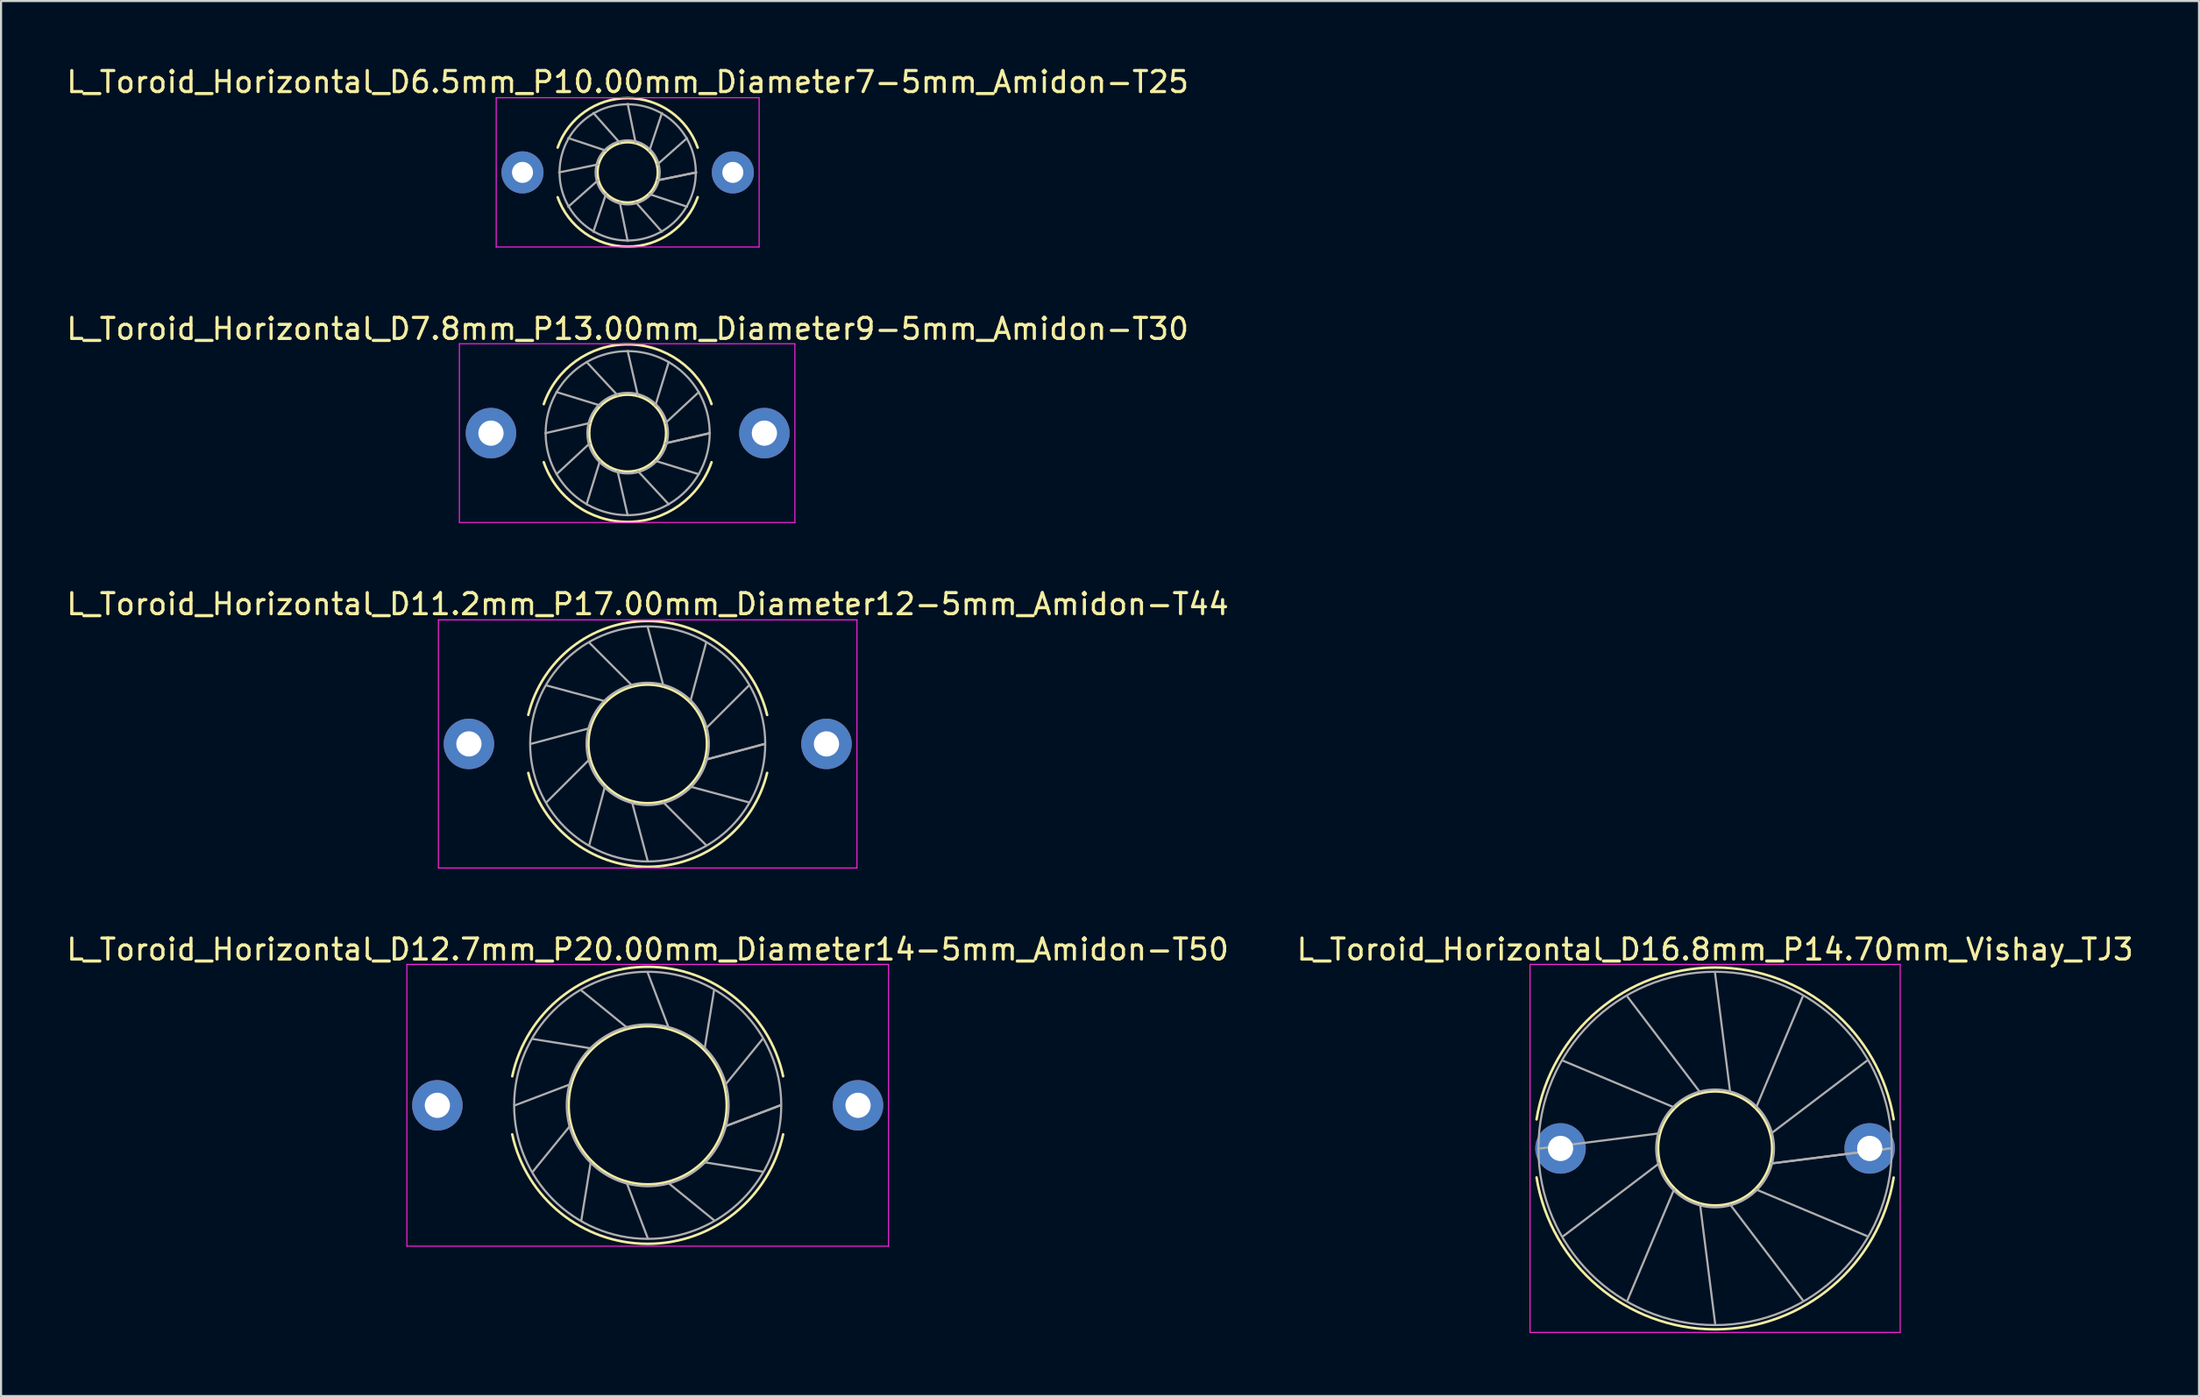
<source format=kicad_pcb>
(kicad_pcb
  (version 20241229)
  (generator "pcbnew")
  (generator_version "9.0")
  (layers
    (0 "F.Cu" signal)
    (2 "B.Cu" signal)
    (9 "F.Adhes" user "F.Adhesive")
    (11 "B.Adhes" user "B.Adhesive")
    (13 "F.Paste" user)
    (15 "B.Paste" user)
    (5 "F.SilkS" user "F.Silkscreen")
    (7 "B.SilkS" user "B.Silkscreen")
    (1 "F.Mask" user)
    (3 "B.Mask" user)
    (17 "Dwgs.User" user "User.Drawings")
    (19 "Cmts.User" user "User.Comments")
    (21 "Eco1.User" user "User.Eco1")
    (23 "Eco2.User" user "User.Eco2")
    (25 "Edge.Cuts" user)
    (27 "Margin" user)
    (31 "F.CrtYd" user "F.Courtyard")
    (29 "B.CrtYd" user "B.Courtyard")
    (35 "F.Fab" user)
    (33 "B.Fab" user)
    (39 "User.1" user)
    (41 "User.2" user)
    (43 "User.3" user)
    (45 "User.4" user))
  (footprint "L_Toroid_Horizontal_D12.7mm_P20.00mm_Diameter14-5mm_Amidon-T50"
    (layer "F.Cu")
    (at 17.744 49.506)
    (property "Reference" "L_Toroid_Horizontal_D12.7mm_P20.00mm_Diameter14-5mm_Amidon-T50" (at 10 -7.41 0) (layer "F.SilkS") (effects (font (size 1 1) (thickness 0.15))))
    (attr through_hole)
    (fp_arc (start 3.56 -1.38) (mid 9.999397 -6.586198) (end 16.439747 -1.381179) (stroke (width 0.12) (type solid)) (layer "F.SilkS"))
    (fp_arc (start 16.439747 1.381179) (mid 9.999397 6.586197) (end 3.56 1.38) (stroke (width 0.12) (type solid)) (layer "F.SilkS"))
    (fp_circle (center 10 0) (end 13.758 0) (stroke (width 0.12) (type solid)) (fill no) (layer "F.SilkS"))
    (fp_line (start -1.45 -6.7) (end -1.45 6.7) (stroke (width 0.05) (type solid)) (layer "F.CrtYd"))
    (fp_line (start -1.45 6.7) (end 21.45 6.7) (stroke (width 0.05) (type solid)) (layer "F.CrtYd"))
    (fp_line (start 21.45 -6.7) (end -1.45 -6.7) (stroke (width 0.05) (type solid)) (layer "F.CrtYd"))
    (fp_line (start 21.45 6.7) (end 21.45 -6.7) (stroke (width 0.05) (type solid)) (layer "F.CrtYd"))
    (fp_line (start 3.689 0.001) (end 6.297 -0.992) (stroke (width 0.1) (type solid)) (layer "F.Fab"))
    (fp_line (start 4.534 -3.155) (end 7.289 -2.71) (stroke (width 0.1) (type solid)) (layer "F.Fab"))
    (fp_line (start 4.535 3.156) (end 6.297 0.992) (stroke (width 0.1) (type solid)) (layer "F.Fab"))
    (fp_line (start 6.844 -5.465) (end 9.007 -3.703) (stroke (width 0.1) (type solid)) (layer "F.Fab"))
    (fp_line (start 6.845 5.466) (end 7.29 2.711) (stroke (width 0.1) (type solid)) (layer "F.Fab"))
    (fp_line (start 9.999 -6.311) (end 10.992 -3.703) (stroke (width 0.1) (type solid)) (layer "F.Fab"))
    (fp_line (start 10 6.311) (end 9.008 3.703) (stroke (width 0.1) (type solid)) (layer "F.Fab"))
    (fp_line (start 13.155 -5.466) (end 12.71 -2.711) (stroke (width 0.1) (type solid)) (layer "F.Fab"))
    (fp_line (start 13.156 5.466) (end 10.992 3.703) (stroke (width 0.1) (type solid)) (layer "F.Fab"))
    (fp_line (start 15.465 -3.157) (end 13.702 -0.993) (stroke (width 0.1) (type solid)) (layer "F.Fab"))
    (fp_line (start 15.466 3.156) (end 12.711 2.71) (stroke (width 0.1) (type solid)) (layer "F.Fab"))
    (fp_line (start 16.311 -0.001) (end 13.703 0.991) (stroke (width 0.1) (type solid)) (layer "F.Fab"))
    (fp_line (start 16.311 0) (end 13.703 0.992) (stroke (width 0.1) (type solid)) (layer "F.Fab"))
    (fp_circle (center 10 0) (end 13.848 0) (stroke (width 0.1) (type solid)) (fill no) (layer "F.Fab"))
    (fp_circle (center 10 0) (end 16.35 0) (stroke (width 0.1) (type solid)) (fill no) (layer "F.Fab"))
    (pad "1" thru_hole circle (at 0 0) (size 2.4 2.4) (drill 1.2) (layers "*.Cu" "*.Mask"))
    (pad "2" thru_hole circle (at 20 0) (size 2.4 2.4) (drill 1.2) (layers "*.Cu" "*.Mask")))
  (footprint "L_Toroid_Horizontal_D6.5mm_P10.00mm_Diameter7-5mm_Amidon-T25"
    (layer "F.Cu")
    (at 21.792 5.147)
    (property "Reference" "L_Toroid_Horizontal_D6.5mm_P10.00mm_Diameter7-5mm_Amidon-T25" (at 5 -4.298 0) (layer "F.SilkS") (effects (font (size 1 1) (thickness 0.15))))
    (attr through_hole)
    (fp_arc (start 1.6715 -1.18) (mid 5.001241 -3.531474) (end 8.329328 -1.177661) (stroke (width 0.12) (type solid)) (layer "F.SilkS"))
    (fp_arc (start 8.329328 1.177661) (mid 5.001241 3.531474) (end 1.6715 1.18) (stroke (width 0.12) (type solid)) (layer "F.SilkS"))
    (fp_circle (center 5 0) (end 6.434 0) (stroke (width 0.12) (type solid)) (fill no) (layer "F.SilkS"))
    (fp_line (start -1.25 -3.55) (end -1.25 3.55) (stroke (width 0.05) (type solid)) (layer "F.CrtYd"))
    (fp_line (start -1.25 3.55) (end 11.25 3.55) (stroke (width 0.05) (type solid)) (layer "F.CrtYd"))
    (fp_line (start 11.25 -3.55) (end -1.25 -3.55) (stroke (width 0.05) (type solid)) (layer "F.CrtYd"))
    (fp_line (start 11.25 3.55) (end 11.25 -3.55) (stroke (width 0.05) (type solid)) (layer "F.CrtYd"))
    (fp_line (start 1.738 0.000302) (end 3.587 -0.378) (stroke (width 0.1) (type solid)) (layer "F.Fab"))
    (fp_line (start 2.175 -1.631) (end 3.966 -1.034) (stroke (width 0.1) (type solid)) (layer "F.Fab"))
    (fp_line (start 2.175 1.631) (end 3.587 0.379) (stroke (width 0.1) (type solid)) (layer "F.Fab"))
    (fp_line (start 3.369 -2.825) (end 4.621 -1.413) (stroke (width 0.1) (type solid)) (layer "F.Fab"))
    (fp_line (start 3.369 2.825) (end 3.966 1.034) (stroke (width 0.1) (type solid)) (layer "F.Fab"))
    (fp_line (start 5 -3.262) (end 5.378 -1.413) (stroke (width 0.1) (type solid)) (layer "F.Fab"))
    (fp_line (start 5 3.262) (end 4.622 1.413) (stroke (width 0.1) (type solid)) (layer "F.Fab"))
    (fp_line (start 6.631 -2.825) (end 6.034 -1.034) (stroke (width 0.1) (type solid)) (layer "F.Fab"))
    (fp_line (start 6.631 2.825) (end 5.379 1.413) (stroke (width 0.1) (type solid)) (layer "F.Fab"))
    (fp_line (start 7.825 -1.631) (end 6.413 -0.379) (stroke (width 0.1) (type solid)) (layer "F.Fab"))
    (fp_line (start 7.825 1.631) (end 6.034 1.034) (stroke (width 0.1) (type solid)) (layer "F.Fab"))
    (fp_line (start 8.262 -0.001) (end 6.413 0.378) (stroke (width 0.1) (type solid)) (layer "F.Fab"))
    (fp_line (start 8.262 0) (end 6.413 0.379) (stroke (width 0.1) (type solid)) (layer "F.Fab"))
    (fp_circle (center 5 0) (end 6.524 0) (stroke (width 0.1) (type solid)) (fill no) (layer "F.Fab"))
    (fp_circle (center 5 0) (end 8.239 0) (stroke (width 0.1) (type solid)) (fill no) (layer "F.Fab"))
    (pad "1" thru_hole circle (at 0 0) (size 2 2) (drill 1) (layers "*.Cu" "*.Mask"))
    (pad "2" thru_hole circle (at 10 0) (size 2 2) (drill 1) (layers "*.Cu" "*.Mask")))
  (footprint "L_Toroid_Horizontal_D16.8mm_P14.70mm_Vishay_TJ3"
    (layer "F.Cu")
    (at 71.144 51.556)
    (property "Reference" "L_Toroid_Horizontal_D16.8mm_P14.70mm_Vishay_TJ3" (at 7.35 -9.46 0) (layer "F.SilkS") (effects (font (size 1 1) (thickness 0.15))))
    (attr through_hole)
    (fp_arc (start -1.14 -1.38) (mid 7.347351 -8.601424) (end 15.839148 -1.38523) (stroke (width 0.12) (type solid)) (layer "F.SilkS"))
    (fp_arc (start 15.839148 1.38523) (mid 7.347351 8.601424) (end -1.14 1.38) (stroke (width 0.12) (type solid)) (layer "F.SilkS"))
    (fp_circle (center 7.35 0) (end 10.06 0) (stroke (width 0.12) (type solid)) (fill no) (layer "F.SilkS"))
    (fp_line (start -1.45 -8.75) (end -1.45 8.75) (stroke (width 0.05) (type solid)) (layer "F.CrtYd"))
    (fp_line (start -1.45 8.75) (end 16.15 8.75) (stroke (width 0.05) (type solid)) (layer "F.CrtYd"))
    (fp_line (start 16.15 -8.75) (end -1.45 -8.75) (stroke (width 0.05) (type solid)) (layer "F.CrtYd"))
    (fp_line (start 16.15 8.75) (end 16.15 -8.75) (stroke (width 0.05) (type solid)) (layer "F.CrtYd"))
    (fp_line (start -0.97 0.001) (end 4.68 -0.715) (stroke (width 0.1) (type solid)) (layer "F.Fab"))
    (fp_line (start 0.144 -4.159) (end 5.395 -1.954) (stroke (width 0.1) (type solid)) (layer "F.Fab"))
    (fp_line (start 0.145 4.161) (end 4.68 0.716) (stroke (width 0.1) (type solid)) (layer "F.Fab"))
    (fp_line (start 3.189 -7.205) (end 6.634 -2.67) (stroke (width 0.1) (type solid)) (layer "F.Fab"))
    (fp_line (start 3.19 7.206) (end 5.396 1.955) (stroke (width 0.1) (type solid)) (layer "F.Fab"))
    (fp_line (start 7.349 -8.32) (end 8.065 -2.67) (stroke (width 0.1) (type solid)) (layer "F.Fab"))
    (fp_line (start 7.35 8.32) (end 6.635 2.67) (stroke (width 0.1) (type solid)) (layer "F.Fab"))
    (fp_line (start 11.509 -7.206) (end 9.304 -1.955) (stroke (width 0.1) (type solid)) (layer "F.Fab"))
    (fp_line (start 11.51 7.205) (end 8.066 2.67) (stroke (width 0.1) (type solid)) (layer "F.Fab"))
    (fp_line (start 14.555 -4.161) (end 10.02 -0.716) (stroke (width 0.1) (type solid)) (layer "F.Fab"))
    (fp_line (start 14.556 4.16) (end 9.305 1.955) (stroke (width 0.1) (type solid)) (layer "F.Fab"))
    (fp_line (start 15.67 -0.002) (end 10.02 0.715) (stroke (width 0.1) (type solid)) (layer "F.Fab"))
    (fp_line (start 15.67 0) (end 10.02 0.715) (stroke (width 0.1) (type solid)) (layer "F.Fab"))
    (fp_circle (center 7.35 0) (end 10.15 0) (stroke (width 0.1) (type solid)) (fill no) (layer "F.Fab"))
    (fp_circle (center 7.35 0) (end 15.75 0) (stroke (width 0.1) (type solid)) (fill no) (layer "F.Fab"))
    (pad "1" thru_hole circle (at 0 0) (size 2.4 2.4) (drill 1.2) (layers "*.Cu" "*.Mask"))
    (pad "2" thru_hole circle (at 14.7 0) (size 2.4 2.4) (drill 1.2) (layers "*.Cu" "*.Mask")))
  (footprint "L_Toroid_Horizontal_D11.2mm_P17.00mm_Diameter12-5mm_Amidon-T44"
    (layer "F.Cu")
    (at 19.244 32.322)
    (property "Reference" "L_Toroid_Horizontal_D11.2mm_P17.00mm_Diameter12-5mm_Amidon-T44" (at 8.5 -6.648 0) (layer "F.SilkS") (effects (font (size 1 1) (thickness 0.15))))
    (attr through_hole)
    (fp_arc (start 2.822 -1.38) (mid 8.50107 -5.843294) (end 14.178505 -1.37792) (stroke (width 0.12) (type solid)) (layer "F.SilkS"))
    (fp_arc (start 14.178505 1.37792) (mid 8.50107 5.843294) (end 2.822 1.38) (stroke (width 0.12) (type solid)) (layer "F.SilkS"))
    (fp_circle (center 8.5 0) (end 11.318 0) (stroke (width 0.12) (type solid)) (fill no) (layer "F.SilkS"))
    (fp_line (start -1.45 -5.9) (end -1.45 5.9) (stroke (width 0.05) (type solid)) (layer "F.CrtYd"))
    (fp_line (start -1.45 5.9) (end 18.45 5.9) (stroke (width 0.05) (type solid)) (layer "F.CrtYd"))
    (fp_line (start 18.45 -5.9) (end -1.45 -5.9) (stroke (width 0.05) (type solid)) (layer "F.CrtYd"))
    (fp_line (start 18.45 5.9) (end 18.45 -5.9) (stroke (width 0.05) (type solid)) (layer "F.CrtYd"))
    (fp_line (start 2.936 0.001) (end 5.723 -0.744) (stroke (width 0.1) (type solid)) (layer "F.Fab"))
    (fp_line (start 3.681 -2.782) (end 6.467 -2.032) (stroke (width 0.1) (type solid)) (layer "F.Fab"))
    (fp_line (start 3.681 2.783) (end 5.723 0.744) (stroke (width 0.1) (type solid)) (layer "F.Fab"))
    (fp_line (start 5.717 -4.819) (end 7.756 -2.777) (stroke (width 0.1) (type solid)) (layer "F.Fab"))
    (fp_line (start 5.718 4.819) (end 6.467 2.033) (stroke (width 0.1) (type solid)) (layer "F.Fab"))
    (fp_line (start 8.499 -5.564) (end 9.244 -2.777) (stroke (width 0.1) (type solid)) (layer "F.Fab"))
    (fp_line (start 8.5 5.564) (end 7.756 2.777) (stroke (width 0.1) (type solid)) (layer "F.Fab"))
    (fp_line (start 11.281 -4.819) (end 10.532 -2.033) (stroke (width 0.1) (type solid)) (layer "F.Fab"))
    (fp_line (start 11.282 4.819) (end 9.244 2.777) (stroke (width 0.1) (type solid)) (layer "F.Fab"))
    (fp_line (start 13.318 -2.783) (end 11.277 -0.745) (stroke (width 0.1) (type solid)) (layer "F.Fab"))
    (fp_line (start 13.319 2.782) (end 10.533 2.033) (stroke (width 0.1) (type solid)) (layer "F.Fab"))
    (fp_line (start 14.064 -0.001) (end 11.277 0.743) (stroke (width 0.1) (type solid)) (layer "F.Fab"))
    (fp_line (start 14.064 0) (end 11.277 0.744) (stroke (width 0.1) (type solid)) (layer "F.Fab"))
    (fp_circle (center 8.5 0) (end 11.408 0) (stroke (width 0.1) (type solid)) (fill no) (layer "F.Fab"))
    (fp_circle (center 8.5 0) (end 14.088 0) (stroke (width 0.1) (type solid)) (fill no) (layer "F.Fab"))
    (pad "1" thru_hole circle (at 0 0) (size 2.4 2.4) (drill 1.2) (layers "*.Cu" "*.Mask"))
    (pad "2" thru_hole circle (at 17 0) (size 2.4 2.4) (drill 1.2) (layers "*.Cu" "*.Mask")))
  (footprint "L_Toroid_Horizontal_D7.8mm_P13.00mm_Diameter9-5mm_Amidon-T30"
    (layer "F.Cu")
    (at 20.292 17.545)
    (property "Reference" "L_Toroid_Horizontal_D7.8mm_P13.00mm_Diameter9-5mm_Amidon-T30" (at 6.5 -4.959 0) (layer "F.SilkS") (effects (font (size 1 1) (thickness 0.15))))
    (attr through_hole)
    (fp_arc (start 2.5111 -1.38) (mid 6.49879 -4.220867) (end 10.488108 -1.382287) (stroke (width 0.12) (type solid)) (layer "F.SilkS"))
    (fp_arc (start 10.488108 1.382287) (mid 6.49879 4.220867) (end 2.5111 1.38) (stroke (width 0.12) (type solid)) (layer "F.SilkS"))
    (fp_circle (center 6.5 0) (end 8.328 0) (stroke (width 0.12) (type solid)) (fill no) (layer "F.SilkS"))
    (fp_line (start -1.5 -4.25) (end -1.5 4.25) (stroke (width 0.05) (type solid)) (layer "F.CrtYd"))
    (fp_line (start -1.5 4.25) (end 14.45 4.25) (stroke (width 0.05) (type solid)) (layer "F.CrtYd"))
    (fp_line (start 14.45 -4.25) (end -1.5 -4.25) (stroke (width 0.05) (type solid)) (layer "F.CrtYd"))
    (fp_line (start 14.45 4.25) (end 14.45 -4.25) (stroke (width 0.05) (type solid)) (layer "F.CrtYd"))
    (fp_line (start 2.591 0.000362) (end 4.699 -0.482) (stroke (width 0.1) (type solid)) (layer "F.Fab"))
    (fp_line (start 3.114 -1.954) (end 5.182 -1.318) (stroke (width 0.1) (type solid)) (layer "F.Fab"))
    (fp_line (start 3.115 1.955) (end 4.699 0.483) (stroke (width 0.1) (type solid)) (layer "F.Fab"))
    (fp_line (start 4.545 -3.385) (end 6.017 -1.801) (stroke (width 0.1) (type solid)) (layer "F.Fab"))
    (fp_line (start 4.546 3.386) (end 5.182 1.318) (stroke (width 0.1) (type solid)) (layer "F.Fab"))
    (fp_line (start 6.499 -3.909) (end 6.982 -1.801) (stroke (width 0.1) (type solid)) (layer "F.Fab"))
    (fp_line (start 6.5 3.909) (end 6.018 1.801) (stroke (width 0.1) (type solid)) (layer "F.Fab"))
    (fp_line (start 8.454 -3.386) (end 7.818 -1.318) (stroke (width 0.1) (type solid)) (layer "F.Fab"))
    (fp_line (start 8.455 3.385) (end 6.983 1.801) (stroke (width 0.1) (type solid)) (layer "F.Fab"))
    (fp_line (start 9.885 -1.955) (end 8.301 -0.483) (stroke (width 0.1) (type solid)) (layer "F.Fab"))
    (fp_line (start 9.885 1.955) (end 7.818 1.318) (stroke (width 0.1) (type solid)) (layer "F.Fab"))
    (fp_line (start 10.409 -0.001) (end 8.301 0.482) (stroke (width 0.1) (type solid)) (layer "F.Fab"))
    (fp_line (start 10.409 0) (end 8.301 0.482) (stroke (width 0.1) (type solid)) (layer "F.Fab"))
    (fp_circle (center 6.5 0) (end 8.418 0) (stroke (width 0.1) (type solid)) (fill no) (layer "F.Fab"))
    (fp_circle (center 6.5 0) (end 10.399 0) (stroke (width 0.1) (type solid)) (fill no) (layer "F.Fab"))
    (pad "1" thru_hole circle (at 0 0) (size 2.4 2.4) (drill 1.2) (layers "*.Cu" "*.Mask"))
    (pad "2" thru_hole circle (at 13 0) (size 2.4 2.4) (drill 1.2) (layers "*.Cu" "*.Mask")))
  (gr_rect
    (start -3 -3)
    (end 101.5 63.331)
    (stroke (width 0.1) (type default))
    (fill no)
    (layer "Edge.Cuts")))
</source>
